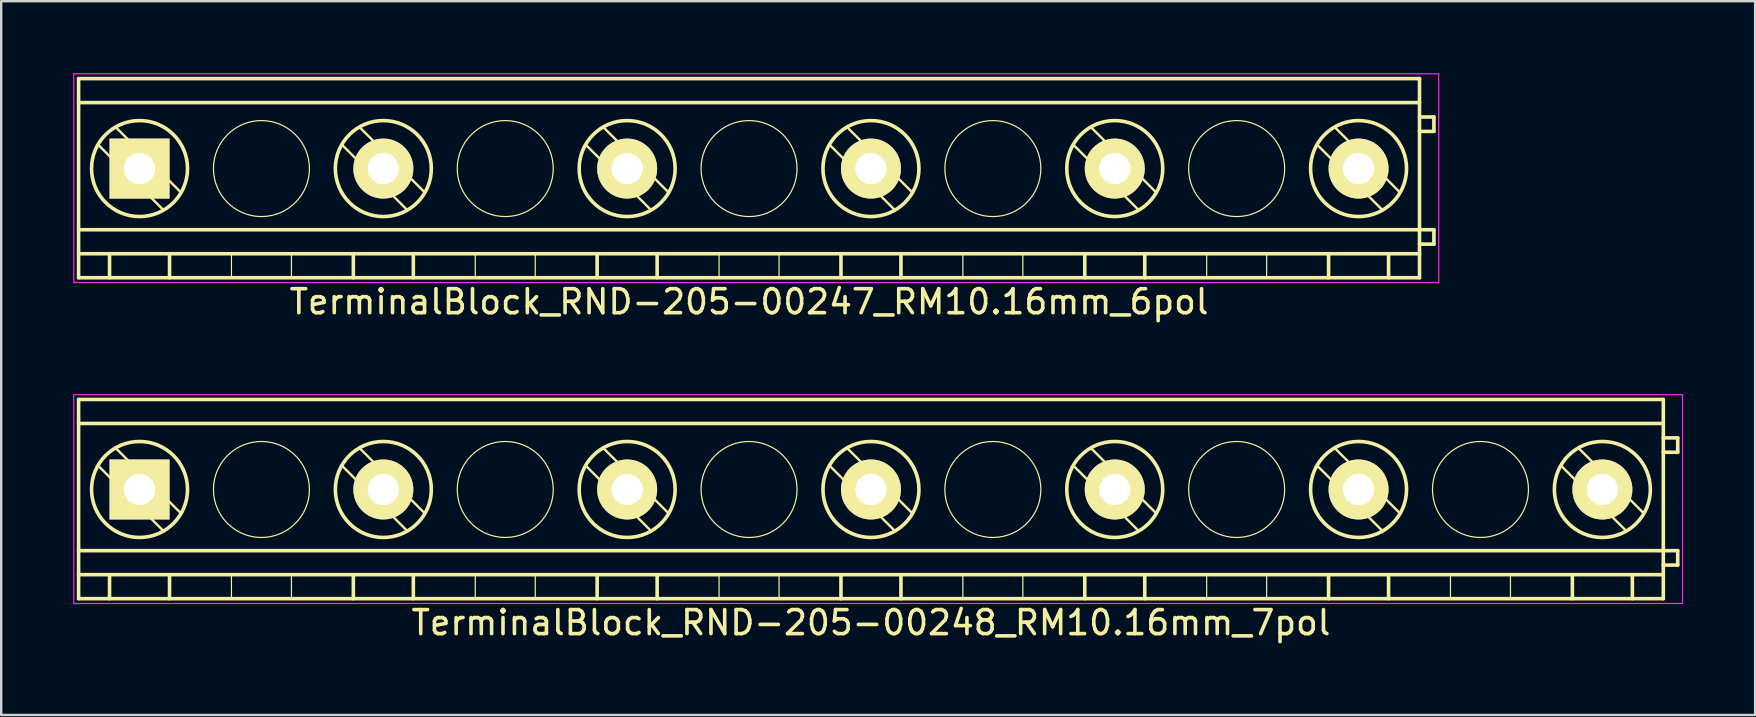
<source format=kicad_pcb>
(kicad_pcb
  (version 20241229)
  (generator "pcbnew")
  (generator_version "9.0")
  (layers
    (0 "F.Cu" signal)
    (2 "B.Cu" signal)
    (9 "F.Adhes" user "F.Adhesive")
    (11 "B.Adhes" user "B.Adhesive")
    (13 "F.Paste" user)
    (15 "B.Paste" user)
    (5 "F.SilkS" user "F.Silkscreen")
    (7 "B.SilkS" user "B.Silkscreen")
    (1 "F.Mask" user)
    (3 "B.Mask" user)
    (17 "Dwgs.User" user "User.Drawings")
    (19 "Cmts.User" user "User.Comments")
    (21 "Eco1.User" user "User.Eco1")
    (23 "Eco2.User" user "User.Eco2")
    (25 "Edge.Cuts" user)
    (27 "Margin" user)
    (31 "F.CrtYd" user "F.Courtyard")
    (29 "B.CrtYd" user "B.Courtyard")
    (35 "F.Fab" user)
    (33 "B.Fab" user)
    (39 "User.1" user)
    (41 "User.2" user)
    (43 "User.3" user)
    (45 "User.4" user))
  (footprint "TerminalBlock_RND-205-00247_RM10.16mm_6pol"
    (layer "F.Cu")
    (at 2.765 3.975)
    (property "Reference" "TerminalBlock_RND-205-00247_RM10.16mm_6pol" (at 25.4 5.55 0) (layer "F.SilkS") (effects (font (size 1 1) (thickness 0.15))))
    (attr through_hole)
    (fp_line (start -2.54 -3.75) (end 53.34 -3.75) (stroke (width 0.15) (type solid)) (layer "F.SilkS"))
    (fp_line (start -2.54 -2.75) (end 53.34 -2.75) (stroke (width 0.15) (type solid)) (layer "F.SilkS"))
    (fp_line (start -2.54 2.55) (end 53.34 2.55) (stroke (width 0.15) (type solid)) (layer "F.SilkS"))
    (fp_line (start -2.54 3.55) (end 53.34 3.55) (stroke (width 0.15) (type solid)) (layer "F.SilkS"))
    (fp_line (start -2.54 4.55) (end -2.54 -3.75) (stroke (width 0.15) (type solid)) (layer "F.SilkS"))
    (fp_line (start -1.25 3.55) (end -1.25 4.55) (stroke (width 0.15) (type solid)) (layer "F.SilkS"))
    (fp_line (start 1 1.732) (end -1.732 -1) (stroke (width 0.1) (type solid)) (layer "F.SilkS"))
    (fp_line (start 1.25 3.55) (end 1.25 4.55) (stroke (width 0.15) (type solid)) (layer "F.SilkS"))
    (fp_line (start 1.732 1) (end -1 -1.732) (stroke (width 0.1) (type solid)) (layer "F.SilkS"))
    (fp_line (start 3.83 3.55) (end 3.83 4.55) (stroke (width 0.05) (type solid)) (layer "F.SilkS"))
    (fp_line (start 6.33 3.55) (end 6.33 4.55) (stroke (width 0.05) (type solid)) (layer "F.SilkS"))
    (fp_line (start 8.91 3.55) (end 8.91 4.55) (stroke (width 0.15) (type solid)) (layer "F.SilkS"))
    (fp_line (start 11.16 1.732) (end 8.428 -1) (stroke (width 0.1) (type solid)) (layer "F.SilkS"))
    (fp_line (start 11.41 3.55) (end 11.41 4.55) (stroke (width 0.15) (type solid)) (layer "F.SilkS"))
    (fp_line (start 11.892 1) (end 9.16 -1.732) (stroke (width 0.1) (type solid)) (layer "F.SilkS"))
    (fp_line (start 13.99 3.55) (end 13.99 4.55) (stroke (width 0.05) (type solid)) (layer "F.SilkS"))
    (fp_line (start 16.49 3.55) (end 16.49 4.55) (stroke (width 0.05) (type solid)) (layer "F.SilkS"))
    (fp_line (start 19.07 3.55) (end 19.07 4.55) (stroke (width 0.15) (type solid)) (layer "F.SilkS"))
    (fp_line (start 21.32 1.732) (end 18.588 -1) (stroke (width 0.1) (type solid)) (layer "F.SilkS"))
    (fp_line (start 21.57 3.55) (end 21.57 4.55) (stroke (width 0.15) (type solid)) (layer "F.SilkS"))
    (fp_line (start 22.052 1) (end 19.32 -1.732) (stroke (width 0.1) (type solid)) (layer "F.SilkS"))
    (fp_line (start 24.15 3.55) (end 24.15 4.55) (stroke (width 0.05) (type solid)) (layer "F.SilkS"))
    (fp_line (start 26.65 3.55) (end 26.65 4.55) (stroke (width 0.05) (type solid)) (layer "F.SilkS"))
    (fp_line (start 29.23 3.55) (end 29.23 4.55) (stroke (width 0.15) (type solid)) (layer "F.SilkS"))
    (fp_line (start 31.48 1.732) (end 28.748 -1) (stroke (width 0.1) (type solid)) (layer "F.SilkS"))
    (fp_line (start 31.73 3.55) (end 31.73 4.55) (stroke (width 0.15) (type solid)) (layer "F.SilkS"))
    (fp_line (start 32.212 1) (end 29.48 -1.732) (stroke (width 0.1) (type solid)) (layer "F.SilkS"))
    (fp_line (start 34.31 3.55) (end 34.31 4.55) (stroke (width 0.05) (type solid)) (layer "F.SilkS"))
    (fp_line (start 36.81 3.55) (end 36.81 4.55) (stroke (width 0.05) (type solid)) (layer "F.SilkS"))
    (fp_line (start 39.39 3.55) (end 39.39 4.55) (stroke (width 0.15) (type solid)) (layer "F.SilkS"))
    (fp_line (start 41.64 1.732) (end 38.908 -1) (stroke (width 0.1) (type solid)) (layer "F.SilkS"))
    (fp_line (start 41.89 3.55) (end 41.89 4.55) (stroke (width 0.15) (type solid)) (layer "F.SilkS"))
    (fp_line (start 42.372 1) (end 39.64 -1.732) (stroke (width 0.1) (type solid)) (layer "F.SilkS"))
    (fp_line (start 44.47 3.55) (end 44.47 4.55) (stroke (width 0.05) (type solid)) (layer "F.SilkS"))
    (fp_line (start 46.97 3.55) (end 46.97 4.55) (stroke (width 0.05) (type solid)) (layer "F.SilkS"))
    (fp_line (start 49.55 3.55) (end 49.55 4.55) (stroke (width 0.15) (type solid)) (layer "F.SilkS"))
    (fp_line (start 51.8 1.732) (end 49.068 -1) (stroke (width 0.1) (type solid)) (layer "F.SilkS"))
    (fp_line (start 52.05 3.55) (end 52.05 4.55) (stroke (width 0.15) (type solid)) (layer "F.SilkS"))
    (fp_line (start 52.532 1) (end 49.8 -1.732) (stroke (width 0.1) (type solid)) (layer "F.SilkS"))
    (fp_line (start 53.34 -3.75) (end 53.34 4.55) (stroke (width 0.15) (type solid)) (layer "F.SilkS"))
    (fp_line (start 53.34 -2.15) (end 53.94 -2.15) (stroke (width 0.15) (type solid)) (layer "F.SilkS"))
    (fp_line (start 53.34 2.55) (end 53.94 2.55) (stroke (width 0.15) (type solid)) (layer "F.SilkS"))
    (fp_line (start 53.34 4.55) (end -2.54 4.55) (stroke (width 0.15) (type solid)) (layer "F.SilkS"))
    (fp_line (start 53.94 -2.15) (end 53.94 -1.55) (stroke (width 0.15) (type solid)) (layer "F.SilkS"))
    (fp_line (start 53.94 -1.55) (end 53.34 -1.55) (stroke (width 0.15) (type solid)) (layer "F.SilkS"))
    (fp_line (start 53.94 2.55) (end 53.94 3.15) (stroke (width 0.15) (type solid)) (layer "F.SilkS"))
    (fp_line (start 53.94 3.15) (end 53.34 3.15) (stroke (width 0.15) (type solid)) (layer "F.SilkS"))
    (fp_circle (center 0 0) (end -2 0) (stroke (width 0.15) (type solid)) (fill no) (layer "F.SilkS"))
    (fp_circle (center 5.08 0) (end 3.08 0) (stroke (width 0.05) (type solid)) (fill no) (layer "F.SilkS"))
    (fp_circle (center 10.16 0) (end 8.16 0) (stroke (width 0.15) (type solid)) (fill no) (layer "F.SilkS"))
    (fp_circle (center 15.24 0) (end 13.24 0) (stroke (width 0.05) (type solid)) (fill no) (layer "F.SilkS"))
    (fp_circle (center 20.32 0) (end 18.32 0) (stroke (width 0.15) (type solid)) (fill no) (layer "F.SilkS"))
    (fp_circle (center 25.4 0) (end 23.4 0) (stroke (width 0.05) (type solid)) (fill no) (layer "F.SilkS"))
    (fp_circle (center 30.48 0) (end 28.48 0) (stroke (width 0.15) (type solid)) (fill no) (layer "F.SilkS"))
    (fp_circle (center 35.56 0) (end 33.56 0) (stroke (width 0.05) (type solid)) (fill no) (layer "F.SilkS"))
    (fp_circle (center 40.64 0) (end 38.64 0) (stroke (width 0.15) (type solid)) (fill no) (layer "F.SilkS"))
    (fp_circle (center 45.72 0) (end 43.72 0) (stroke (width 0.05) (type solid)) (fill no) (layer "F.SilkS"))
    (fp_circle (center 50.8 0) (end 48.8 0) (stroke (width 0.15) (type solid)) (fill no) (layer "F.SilkS"))
    (fp_line (start -2.74 -3.95) (end 54.14 -3.95) (stroke (width 0.05) (type solid)) (layer "F.CrtYd"))
    (fp_line (start -2.74 4.75) (end -2.74 -3.95) (stroke (width 0.05) (type solid)) (layer "F.CrtYd"))
    (fp_line (start 54.14 -3.95) (end 54.14 4.75) (stroke (width 0.05) (type solid)) (layer "F.CrtYd"))
    (fp_line (start 54.14 4.75) (end -2.74 4.75) (stroke (width 0.05) (type solid)) (layer "F.CrtYd"))
    (pad "1" thru_hole rect (at 0 0) (size 2.5 2.5) (drill 1.3) (layers "*.Cu" "*.Mask" "F.SilkS"))
    (pad "2" thru_hole circle (at 10.16 0) (size 2.5 2.5) (drill 1.3) (layers "*.Cu" "*.Mask" "F.SilkS"))
    (pad "3" thru_hole circle (at 20.32 0) (size 2.5 2.5) (drill 1.3) (layers "*.Cu" "*.Mask" "F.SilkS"))
    (pad "4" thru_hole circle (at 30.48 0) (size 2.5 2.5) (drill 1.3) (layers "*.Cu" "*.Mask" "F.SilkS"))
    (pad "5" thru_hole circle (at 40.64 0) (size 2.5 2.5) (drill 1.3) (layers "*.Cu" "*.Mask" "F.SilkS"))
    (pad "6" thru_hole circle (at 50.8 0) (size 2.5 2.5) (drill 1.3) (layers "*.Cu" "*.Mask" "F.SilkS")))
  (footprint "TerminalBlock_RND-205-00248_RM10.16mm_7pol"
    (layer "F.Cu")
    (at 2.765 17.348)
    (property "Reference" "TerminalBlock_RND-205-00248_RM10.16mm_7pol" (at 30.48 5.55 0) (layer "F.SilkS") (effects (font (size 1 1) (thickness 0.15))))
    (attr through_hole)
    (fp_line (start -2.54 -3.75) (end 63.5 -3.75) (stroke (width 0.15) (type solid)) (layer "F.SilkS"))
    (fp_line (start -2.54 -2.75) (end 63.5 -2.75) (stroke (width 0.15) (type solid)) (layer "F.SilkS"))
    (fp_line (start -2.54 2.55) (end 63.5 2.55) (stroke (width 0.15) (type solid)) (layer "F.SilkS"))
    (fp_line (start -2.54 3.55) (end 63.5 3.55) (stroke (width 0.15) (type solid)) (layer "F.SilkS"))
    (fp_line (start -2.54 4.55) (end -2.54 -3.75) (stroke (width 0.15) (type solid)) (layer "F.SilkS"))
    (fp_line (start -1.25 3.55) (end -1.25 4.55) (stroke (width 0.15) (type solid)) (layer "F.SilkS"))
    (fp_line (start 1 1.732) (end -1.732 -1) (stroke (width 0.1) (type solid)) (layer "F.SilkS"))
    (fp_line (start 1.25 3.55) (end 1.25 4.55) (stroke (width 0.15) (type solid)) (layer "F.SilkS"))
    (fp_line (start 1.732 1) (end -1 -1.732) (stroke (width 0.1) (type solid)) (layer "F.SilkS"))
    (fp_line (start 3.83 3.55) (end 3.83 4.55) (stroke (width 0.05) (type solid)) (layer "F.SilkS"))
    (fp_line (start 6.33 3.55) (end 6.33 4.55) (stroke (width 0.05) (type solid)) (layer "F.SilkS"))
    (fp_line (start 8.91 3.55) (end 8.91 4.55) (stroke (width 0.15) (type solid)) (layer "F.SilkS"))
    (fp_line (start 11.16 1.732) (end 8.428 -1) (stroke (width 0.1) (type solid)) (layer "F.SilkS"))
    (fp_line (start 11.41 3.55) (end 11.41 4.55) (stroke (width 0.15) (type solid)) (layer "F.SilkS"))
    (fp_line (start 11.892 1) (end 9.16 -1.732) (stroke (width 0.1) (type solid)) (layer "F.SilkS"))
    (fp_line (start 13.99 3.55) (end 13.99 4.55) (stroke (width 0.05) (type solid)) (layer "F.SilkS"))
    (fp_line (start 16.49 3.55) (end 16.49 4.55) (stroke (width 0.05) (type solid)) (layer "F.SilkS"))
    (fp_line (start 19.07 3.55) (end 19.07 4.55) (stroke (width 0.15) (type solid)) (layer "F.SilkS"))
    (fp_line (start 21.32 1.732) (end 18.588 -1) (stroke (width 0.1) (type solid)) (layer "F.SilkS"))
    (fp_line (start 21.57 3.55) (end 21.57 4.55) (stroke (width 0.15) (type solid)) (layer "F.SilkS"))
    (fp_line (start 22.052 1) (end 19.32 -1.732) (stroke (width 0.1) (type solid)) (layer "F.SilkS"))
    (fp_line (start 24.15 3.55) (end 24.15 4.55) (stroke (width 0.05) (type solid)) (layer "F.SilkS"))
    (fp_line (start 26.65 3.55) (end 26.65 4.55) (stroke (width 0.05) (type solid)) (layer "F.SilkS"))
    (fp_line (start 29.23 3.55) (end 29.23 4.55) (stroke (width 0.15) (type solid)) (layer "F.SilkS"))
    (fp_line (start 31.48 1.732) (end 28.748 -1) (stroke (width 0.1) (type solid)) (layer "F.SilkS"))
    (fp_line (start 31.73 3.55) (end 31.73 4.55) (stroke (width 0.15) (type solid)) (layer "F.SilkS"))
    (fp_line (start 32.212 1) (end 29.48 -1.732) (stroke (width 0.1) (type solid)) (layer "F.SilkS"))
    (fp_line (start 34.31 3.55) (end 34.31 4.55) (stroke (width 0.05) (type solid)) (layer "F.SilkS"))
    (fp_line (start 36.81 3.55) (end 36.81 4.55) (stroke (width 0.05) (type solid)) (layer "F.SilkS"))
    (fp_line (start 39.39 3.55) (end 39.39 4.55) (stroke (width 0.15) (type solid)) (layer "F.SilkS"))
    (fp_line (start 41.64 1.732) (end 38.908 -1) (stroke (width 0.1) (type solid)) (layer "F.SilkS"))
    (fp_line (start 41.89 3.55) (end 41.89 4.55) (stroke (width 0.15) (type solid)) (layer "F.SilkS"))
    (fp_line (start 42.372 1) (end 39.64 -1.732) (stroke (width 0.1) (type solid)) (layer "F.SilkS"))
    (fp_line (start 44.47 3.55) (end 44.47 4.55) (stroke (width 0.05) (type solid)) (layer "F.SilkS"))
    (fp_line (start 46.97 3.55) (end 46.97 4.55) (stroke (width 0.05) (type solid)) (layer "F.SilkS"))
    (fp_line (start 49.55 3.55) (end 49.55 4.55) (stroke (width 0.15) (type solid)) (layer "F.SilkS"))
    (fp_line (start 51.8 1.732) (end 49.068 -1) (stroke (width 0.1) (type solid)) (layer "F.SilkS"))
    (fp_line (start 52.05 3.55) (end 52.05 4.55) (stroke (width 0.15) (type solid)) (layer "F.SilkS"))
    (fp_line (start 52.532 1) (end 49.8 -1.732) (stroke (width 0.1) (type solid)) (layer "F.SilkS"))
    (fp_line (start 54.63 3.55) (end 54.63 4.55) (stroke (width 0.05) (type solid)) (layer "F.SilkS"))
    (fp_line (start 57.13 3.55) (end 57.13 4.55) (stroke (width 0.05) (type solid)) (layer "F.SilkS"))
    (fp_line (start 59.71 3.55) (end 59.71 4.55) (stroke (width 0.15) (type solid)) (layer "F.SilkS"))
    (fp_line (start 61.96 1.732) (end 59.228 -1) (stroke (width 0.1) (type solid)) (layer "F.SilkS"))
    (fp_line (start 62.21 3.55) (end 62.21 4.55) (stroke (width 0.15) (type solid)) (layer "F.SilkS"))
    (fp_line (start 62.692 1) (end 59.96 -1.732) (stroke (width 0.1) (type solid)) (layer "F.SilkS"))
    (fp_line (start 63.5 -3.75) (end 63.5 4.55) (stroke (width 0.15) (type solid)) (layer "F.SilkS"))
    (fp_line (start 63.5 -2.15) (end 64.1 -2.15) (stroke (width 0.15) (type solid)) (layer "F.SilkS"))
    (fp_line (start 63.5 2.55) (end 64.1 2.55) (stroke (width 0.15) (type solid)) (layer "F.SilkS"))
    (fp_line (start 63.5 4.55) (end -2.54 4.55) (stroke (width 0.15) (type solid)) (layer "F.SilkS"))
    (fp_line (start 64.1 -2.15) (end 64.1 -1.55) (stroke (width 0.15) (type solid)) (layer "F.SilkS"))
    (fp_line (start 64.1 -1.55) (end 63.5 -1.55) (stroke (width 0.15) (type solid)) (layer "F.SilkS"))
    (fp_line (start 64.1 2.55) (end 64.1 3.15) (stroke (width 0.15) (type solid)) (layer "F.SilkS"))
    (fp_line (start 64.1 3.15) (end 63.5 3.15) (stroke (width 0.15) (type solid)) (layer "F.SilkS"))
    (fp_circle (center 0 0) (end -2 0) (stroke (width 0.15) (type solid)) (fill no) (layer "F.SilkS"))
    (fp_circle (center 5.08 0) (end 3.08 0) (stroke (width 0.05) (type solid)) (fill no) (layer "F.SilkS"))
    (fp_circle (center 10.16 0) (end 8.16 0) (stroke (width 0.15) (type solid)) (fill no) (layer "F.SilkS"))
    (fp_circle (center 15.24 0) (end 13.24 0) (stroke (width 0.05) (type solid)) (fill no) (layer "F.SilkS"))
    (fp_circle (center 20.32 0) (end 18.32 0) (stroke (width 0.15) (type solid)) (fill no) (layer "F.SilkS"))
    (fp_circle (center 25.4 0) (end 23.4 0) (stroke (width 0.05) (type solid)) (fill no) (layer "F.SilkS"))
    (fp_circle (center 30.48 0) (end 28.48 0) (stroke (width 0.15) (type solid)) (fill no) (layer "F.SilkS"))
    (fp_circle (center 35.56 0) (end 33.56 0) (stroke (width 0.05) (type solid)) (fill no) (layer "F.SilkS"))
    (fp_circle (center 40.64 0) (end 38.64 0) (stroke (width 0.15) (type solid)) (fill no) (layer "F.SilkS"))
    (fp_circle (center 45.72 0) (end 43.72 0) (stroke (width 0.05) (type solid)) (fill no) (layer "F.SilkS"))
    (fp_circle (center 50.8 0) (end 48.8 0) (stroke (width 0.15) (type solid)) (fill no) (layer "F.SilkS"))
    (fp_circle (center 55.88 0) (end 53.88 0) (stroke (width 0.05) (type solid)) (fill no) (layer "F.SilkS"))
    (fp_circle (center 60.96 0) (end 58.96 0) (stroke (width 0.15) (type solid)) (fill no) (layer "F.SilkS"))
    (fp_line (start -2.74 -3.95) (end 64.3 -3.95) (stroke (width 0.05) (type solid)) (layer "F.CrtYd"))
    (fp_line (start -2.74 4.75) (end -2.74 -3.95) (stroke (width 0.05) (type solid)) (layer "F.CrtYd"))
    (fp_line (start 64.3 -3.95) (end 64.3 4.75) (stroke (width 0.05) (type solid)) (layer "F.CrtYd"))
    (fp_line (start 64.3 4.75) (end -2.74 4.75) (stroke (width 0.05) (type solid)) (layer "F.CrtYd"))
    (pad "1" thru_hole rect (at 0 0) (size 2.5 2.5) (drill 1.3) (layers "*.Cu" "*.Mask" "F.SilkS"))
    (pad "2" thru_hole circle (at 10.16 0) (size 2.5 2.5) (drill 1.3) (layers "*.Cu" "*.Mask" "F.SilkS"))
    (pad "3" thru_hole circle (at 20.32 0) (size 2.5 2.5) (drill 1.3) (layers "*.Cu" "*.Mask" "F.SilkS"))
    (pad "4" thru_hole circle (at 30.48 0) (size 2.5 2.5) (drill 1.3) (layers "*.Cu" "*.Mask" "F.SilkS"))
    (pad "5" thru_hole circle (at 40.64 0) (size 2.5 2.5) (drill 1.3) (layers "*.Cu" "*.Mask" "F.SilkS"))
    (pad "6" thru_hole circle (at 50.8 0) (size 2.5 2.5) (drill 1.3) (layers "*.Cu" "*.Mask" "F.SilkS"))
    (pad "7" thru_hole circle (at 60.96 0) (size 2.5 2.5) (drill 1.3) (layers "*.Cu" "*.Mask" "F.SilkS")))
  (gr_rect
    (start -3 -3)
    (end 70.09 26.747)
    (stroke (width 0.1) (type default))
    (fill no)
    (layer "Edge.Cuts")))
</source>
